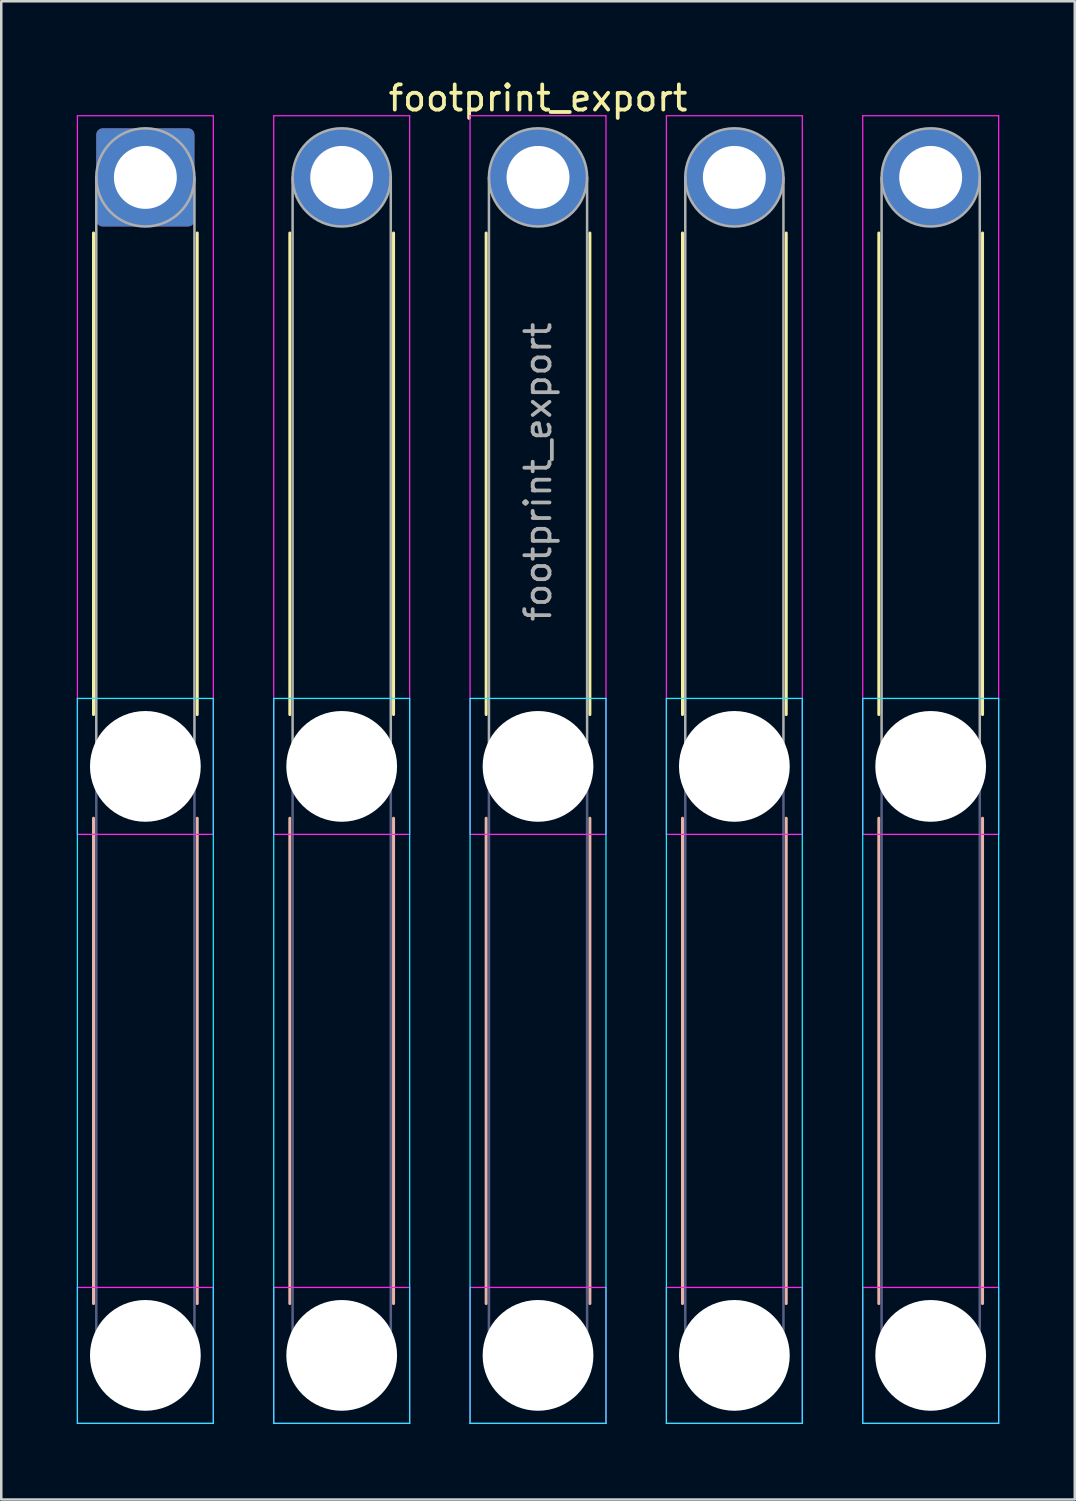
<source format=kicad_pcb>
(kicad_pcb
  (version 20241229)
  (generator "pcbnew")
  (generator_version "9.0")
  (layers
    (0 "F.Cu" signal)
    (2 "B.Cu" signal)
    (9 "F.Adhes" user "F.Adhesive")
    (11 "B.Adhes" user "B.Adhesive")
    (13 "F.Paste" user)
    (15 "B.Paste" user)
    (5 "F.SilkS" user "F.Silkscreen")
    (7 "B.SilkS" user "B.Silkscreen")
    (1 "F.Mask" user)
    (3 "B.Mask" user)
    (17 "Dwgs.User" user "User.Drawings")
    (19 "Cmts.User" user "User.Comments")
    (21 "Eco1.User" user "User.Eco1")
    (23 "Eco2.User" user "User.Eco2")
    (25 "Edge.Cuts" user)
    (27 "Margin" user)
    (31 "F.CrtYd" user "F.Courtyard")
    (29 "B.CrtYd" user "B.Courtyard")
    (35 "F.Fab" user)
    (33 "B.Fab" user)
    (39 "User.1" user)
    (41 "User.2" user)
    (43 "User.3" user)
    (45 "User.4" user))
  (footprint "footprint_export"
    (layer "F.Cu")
    (at 2.725 3.998)
    (property "Reference" "footprint_export" (at 15.6 -3.15 0) (layer "F.SilkS") (effects (font (size 1 1) (thickness 0.15))))
    (attr exclude_from_pos_files exclude_from_bom)
    (fp_line (start -2.06 2.21) (end -2.06 21.34) (stroke (width 0.12) (type solid)) (layer "F.SilkS"))
    (fp_line (start 2.06 2.21) (end 2.06 21.34) (stroke (width 0.12) (type solid)) (layer "F.SilkS"))
    (fp_line (start 5.74 2.21) (end 5.74 21.34) (stroke (width 0.12) (type solid)) (layer "F.SilkS"))
    (fp_line (start 9.86 2.21) (end 9.86 21.34) (stroke (width 0.12) (type solid)) (layer "F.SilkS"))
    (fp_line (start 13.54 2.21) (end 13.54 21.34) (stroke (width 0.12) (type solid)) (layer "F.SilkS"))
    (fp_line (start 17.66 2.21) (end 17.66 21.34) (stroke (width 0.12) (type solid)) (layer "F.SilkS"))
    (fp_line (start 21.34 2.21) (end 21.34 21.34) (stroke (width 0.12) (type solid)) (layer "F.SilkS"))
    (fp_line (start 25.46 2.21) (end 25.46 21.34) (stroke (width 0.12) (type solid)) (layer "F.SilkS"))
    (fp_line (start 29.14 2.21) (end 29.14 21.34) (stroke (width 0.12) (type solid)) (layer "F.SilkS"))
    (fp_line (start 33.26 2.21) (end 33.26 21.34) (stroke (width 0.12) (type solid)) (layer "F.SilkS"))
    (fp_line (start -2.06 25.46) (end -2.06 44.74) (stroke (width 0.12) (type solid)) (layer "B.SilkS"))
    (fp_line (start 2.06 25.46) (end 2.06 44.74) (stroke (width 0.12) (type solid)) (layer "B.SilkS"))
    (fp_line (start 5.74 25.46) (end 5.74 44.74) (stroke (width 0.12) (type solid)) (layer "B.SilkS"))
    (fp_line (start 9.86 25.46) (end 9.86 44.74) (stroke (width 0.12) (type solid)) (layer "B.SilkS"))
    (fp_line (start 13.54 25.46) (end 13.54 44.74) (stroke (width 0.12) (type solid)) (layer "B.SilkS"))
    (fp_line (start 17.66 25.46) (end 17.66 44.74) (stroke (width 0.12) (type solid)) (layer "B.SilkS"))
    (fp_line (start 21.34 25.46) (end 21.34 44.74) (stroke (width 0.12) (type solid)) (layer "B.SilkS"))
    (fp_line (start 25.46 25.46) (end 25.46 44.74) (stroke (width 0.12) (type solid)) (layer "B.SilkS"))
    (fp_line (start 29.14 25.46) (end 29.14 44.74) (stroke (width 0.12) (type solid)) (layer "B.SilkS"))
    (fp_line (start 33.26 25.46) (end 33.26 44.74) (stroke (width 0.12) (type solid)) (layer "B.SilkS"))
    (fp_line (start -2.7 20.7) (end -2.7 49.5) (stroke (width 0.05) (type solid)) (layer "B.CrtYd"))
    (fp_line (start -2.7 49.5) (end 2.7 49.5) (stroke (width 0.05) (type solid)) (layer "B.CrtYd"))
    (fp_line (start 2.7 20.7) (end -2.7 20.7) (stroke (width 0.05) (type solid)) (layer "B.CrtYd"))
    (fp_line (start 2.7 49.5) (end 2.7 20.7) (stroke (width 0.05) (type solid)) (layer "B.CrtYd"))
    (fp_line (start 5.1 20.7) (end 5.1 49.5) (stroke (width 0.05) (type solid)) (layer "B.CrtYd"))
    (fp_line (start 5.1 49.5) (end 10.5 49.5) (stroke (width 0.05) (type solid)) (layer "B.CrtYd"))
    (fp_line (start 10.5 20.7) (end 5.1 20.7) (stroke (width 0.05) (type solid)) (layer "B.CrtYd"))
    (fp_line (start 10.5 49.5) (end 10.5 20.7) (stroke (width 0.05) (type solid)) (layer "B.CrtYd"))
    (fp_line (start 12.9 20.7) (end 12.9 49.5) (stroke (width 0.05) (type solid)) (layer "B.CrtYd"))
    (fp_line (start 12.9 49.5) (end 18.3 49.5) (stroke (width 0.05) (type solid)) (layer "B.CrtYd"))
    (fp_line (start 18.3 20.7) (end 12.9 20.7) (stroke (width 0.05) (type solid)) (layer "B.CrtYd"))
    (fp_line (start 18.3 49.5) (end 18.3 20.7) (stroke (width 0.05) (type solid)) (layer "B.CrtYd"))
    (fp_line (start 20.7 20.7) (end 20.7 49.5) (stroke (width 0.05) (type solid)) (layer "B.CrtYd"))
    (fp_line (start 20.7 49.5) (end 26.1 49.5) (stroke (width 0.05) (type solid)) (layer "B.CrtYd"))
    (fp_line (start 26.1 20.7) (end 20.7 20.7) (stroke (width 0.05) (type solid)) (layer "B.CrtYd"))
    (fp_line (start 26.1 49.5) (end 26.1 20.7) (stroke (width 0.05) (type solid)) (layer "B.CrtYd"))
    (fp_line (start 28.5 20.7) (end 28.5 49.5) (stroke (width 0.05) (type solid)) (layer "B.CrtYd"))
    (fp_line (start 28.5 49.5) (end 33.9 49.5) (stroke (width 0.05) (type solid)) (layer "B.CrtYd"))
    (fp_line (start 33.9 20.7) (end 28.5 20.7) (stroke (width 0.05) (type solid)) (layer "B.CrtYd"))
    (fp_line (start 33.9 49.5) (end 33.9 20.7) (stroke (width 0.05) (type solid)) (layer "B.CrtYd"))
    (fp_line (start -2.7 -2.45) (end -2.7 26.1) (stroke (width 0.05) (type solid)) (layer "F.CrtYd"))
    (fp_line (start -2.7 26.1) (end 2.7 26.1) (stroke (width 0.05) (type solid)) (layer "F.CrtYd"))
    (fp_line (start -2.7 44.1) (end -2.7 49.5) (stroke (width 0.05) (type solid)) (layer "F.CrtYd"))
    (fp_line (start -2.7 49.5) (end 2.7 49.5) (stroke (width 0.05) (type solid)) (layer "F.CrtYd"))
    (fp_line (start 2.7 -2.45) (end -2.7 -2.45) (stroke (width 0.05) (type solid)) (layer "F.CrtYd"))
    (fp_line (start 2.7 26.1) (end 2.7 -2.45) (stroke (width 0.05) (type solid)) (layer "F.CrtYd"))
    (fp_line (start 2.7 44.1) (end -2.7 44.1) (stroke (width 0.05) (type solid)) (layer "F.CrtYd"))
    (fp_line (start 2.7 49.5) (end 2.7 44.1) (stroke (width 0.05) (type solid)) (layer "F.CrtYd"))
    (fp_line (start 5.1 -2.45) (end 5.1 26.1) (stroke (width 0.05) (type solid)) (layer "F.CrtYd"))
    (fp_line (start 5.1 26.1) (end 10.5 26.1) (stroke (width 0.05) (type solid)) (layer "F.CrtYd"))
    (fp_line (start 5.1 44.1) (end 5.1 49.5) (stroke (width 0.05) (type solid)) (layer "F.CrtYd"))
    (fp_line (start 5.1 49.5) (end 10.5 49.5) (stroke (width 0.05) (type solid)) (layer "F.CrtYd"))
    (fp_line (start 10.5 -2.45) (end 5.1 -2.45) (stroke (width 0.05) (type solid)) (layer "F.CrtYd"))
    (fp_line (start 10.5 26.1) (end 10.5 -2.45) (stroke (width 0.05) (type solid)) (layer "F.CrtYd"))
    (fp_line (start 10.5 44.1) (end 5.1 44.1) (stroke (width 0.05) (type solid)) (layer "F.CrtYd"))
    (fp_line (start 10.5 49.5) (end 10.5 44.1) (stroke (width 0.05) (type solid)) (layer "F.CrtYd"))
    (fp_line (start 12.9 -2.45) (end 12.9 26.1) (stroke (width 0.05) (type solid)) (layer "F.CrtYd"))
    (fp_line (start 12.9 26.1) (end 18.3 26.1) (stroke (width 0.05) (type solid)) (layer "F.CrtYd"))
    (fp_line (start 12.9 44.1) (end 12.9 49.5) (stroke (width 0.05) (type solid)) (layer "F.CrtYd"))
    (fp_line (start 12.9 49.5) (end 18.3 49.5) (stroke (width 0.05) (type solid)) (layer "F.CrtYd"))
    (fp_line (start 18.3 -2.45) (end 12.9 -2.45) (stroke (width 0.05) (type solid)) (layer "F.CrtYd"))
    (fp_line (start 18.3 26.1) (end 18.3 -2.45) (stroke (width 0.05) (type solid)) (layer "F.CrtYd"))
    (fp_line (start 18.3 44.1) (end 12.9 44.1) (stroke (width 0.05) (type solid)) (layer "F.CrtYd"))
    (fp_line (start 18.3 49.5) (end 18.3 44.1) (stroke (width 0.05) (type solid)) (layer "F.CrtYd"))
    (fp_line (start 20.7 -2.45) (end 20.7 26.1) (stroke (width 0.05) (type solid)) (layer "F.CrtYd"))
    (fp_line (start 20.7 26.1) (end 26.1 26.1) (stroke (width 0.05) (type solid)) (layer "F.CrtYd"))
    (fp_line (start 20.7 44.1) (end 20.7 49.5) (stroke (width 0.05) (type solid)) (layer "F.CrtYd"))
    (fp_line (start 20.7 49.5) (end 26.1 49.5) (stroke (width 0.05) (type solid)) (layer "F.CrtYd"))
    (fp_line (start 26.1 -2.45) (end 20.7 -2.45) (stroke (width 0.05) (type solid)) (layer "F.CrtYd"))
    (fp_line (start 26.1 26.1) (end 26.1 -2.45) (stroke (width 0.05) (type solid)) (layer "F.CrtYd"))
    (fp_line (start 26.1 44.1) (end 20.7 44.1) (stroke (width 0.05) (type solid)) (layer "F.CrtYd"))
    (fp_line (start 26.1 49.5) (end 26.1 44.1) (stroke (width 0.05) (type solid)) (layer "F.CrtYd"))
    (fp_line (start 28.5 -2.45) (end 28.5 26.1) (stroke (width 0.05) (type solid)) (layer "F.CrtYd"))
    (fp_line (start 28.5 26.1) (end 33.9 26.1) (stroke (width 0.05) (type solid)) (layer "F.CrtYd"))
    (fp_line (start 28.5 44.1) (end 28.5 49.5) (stroke (width 0.05) (type solid)) (layer "F.CrtYd"))
    (fp_line (start 28.5 49.5) (end 33.9 49.5) (stroke (width 0.05) (type solid)) (layer "F.CrtYd"))
    (fp_line (start 33.9 -2.45) (end 28.5 -2.45) (stroke (width 0.05) (type solid)) (layer "F.CrtYd"))
    (fp_line (start 33.9 26.1) (end 33.9 -2.45) (stroke (width 0.05) (type solid)) (layer "F.CrtYd"))
    (fp_line (start 33.9 44.1) (end 28.5 44.1) (stroke (width 0.05) (type solid)) (layer "F.CrtYd"))
    (fp_line (start 33.9 49.5) (end 33.9 44.1) (stroke (width 0.05) (type solid)) (layer "F.CrtYd"))
    (fp_line (start -1.95 23.4) (end -1.95 46.8) (stroke (width 0.1) (type solid)) (layer "B.Fab"))
    (fp_line (start 1.95 23.4) (end 1.95 46.8) (stroke (width 0.1) (type solid)) (layer "B.Fab"))
    (fp_line (start 5.85 23.4) (end 5.85 46.8) (stroke (width 0.1) (type solid)) (layer "B.Fab"))
    (fp_line (start 9.75 23.4) (end 9.75 46.8) (stroke (width 0.1) (type solid)) (layer "B.Fab"))
    (fp_line (start 13.65 23.4) (end 13.65 46.8) (stroke (width 0.1) (type solid)) (layer "B.Fab"))
    (fp_line (start 17.55 23.4) (end 17.55 46.8) (stroke (width 0.1) (type solid)) (layer "B.Fab"))
    (fp_line (start 21.45 23.4) (end 21.45 46.8) (stroke (width 0.1) (type solid)) (layer "B.Fab"))
    (fp_line (start 25.35 23.4) (end 25.35 46.8) (stroke (width 0.1) (type solid)) (layer "B.Fab"))
    (fp_line (start 29.25 23.4) (end 29.25 46.8) (stroke (width 0.1) (type solid)) (layer "B.Fab"))
    (fp_line (start 33.15 23.4) (end 33.15 46.8) (stroke (width 0.1) (type solid)) (layer "B.Fab"))
    (fp_circle (center 0 23.4) (end 1.95 23.4) (stroke (width 0.1) (type solid)) (fill no) (layer "B.Fab"))
    (fp_circle (center 0 46.8) (end 1.95 46.8) (stroke (width 0.1) (type solid)) (fill no) (layer "B.Fab"))
    (fp_circle (center 7.8 23.4) (end 9.75 23.4) (stroke (width 0.1) (type solid)) (fill no) (layer "B.Fab"))
    (fp_circle (center 7.8 46.8) (end 9.75 46.8) (stroke (width 0.1) (type solid)) (fill no) (layer "B.Fab"))
    (fp_circle (center 15.6 23.4) (end 17.55 23.4) (stroke (width 0.1) (type solid)) (fill no) (layer "B.Fab"))
    (fp_circle (center 15.6 46.8) (end 17.55 46.8) (stroke (width 0.1) (type solid)) (fill no) (layer "B.Fab"))
    (fp_circle (center 23.4 23.4) (end 25.35 23.4) (stroke (width 0.1) (type solid)) (fill no) (layer "B.Fab"))
    (fp_circle (center 23.4 46.8) (end 25.35 46.8) (stroke (width 0.1) (type solid)) (fill no) (layer "B.Fab"))
    (fp_circle (center 31.2 23.4) (end 33.15 23.4) (stroke (width 0.1) (type solid)) (fill no) (layer "B.Fab"))
    (fp_circle (center 31.2 46.8) (end 33.15 46.8) (stroke (width 0.1) (type solid)) (fill no) (layer "B.Fab"))
    (fp_line (start -1.95 0) (end -1.95 23.4) (stroke (width 0.1) (type solid)) (layer "F.Fab"))
    (fp_line (start 1.95 0) (end 1.95 23.4) (stroke (width 0.1) (type solid)) (layer "F.Fab"))
    (fp_line (start 5.85 0) (end 5.85 23.4) (stroke (width 0.1) (type solid)) (layer "F.Fab"))
    (fp_line (start 9.75 0) (end 9.75 23.4) (stroke (width 0.1) (type solid)) (layer "F.Fab"))
    (fp_line (start 13.65 0) (end 13.65 23.4) (stroke (width 0.1) (type solid)) (layer "F.Fab"))
    (fp_line (start 17.55 0) (end 17.55 23.4) (stroke (width 0.1) (type solid)) (layer "F.Fab"))
    (fp_line (start 21.45 0) (end 21.45 23.4) (stroke (width 0.1) (type solid)) (layer "F.Fab"))
    (fp_line (start 25.35 0) (end 25.35 23.4) (stroke (width 0.1) (type solid)) (layer "F.Fab"))
    (fp_line (start 29.25 0) (end 29.25 23.4) (stroke (width 0.1) (type solid)) (layer "F.Fab"))
    (fp_line (start 33.15 0) (end 33.15 23.4) (stroke (width 0.1) (type solid)) (layer "F.Fab"))
    (fp_circle (center 0 0) (end 1.95 0) (stroke (width 0.1) (type solid)) (fill no) (layer "F.Fab"))
    (fp_circle (center 0 23.4) (end 1.95 23.4) (stroke (width 0.1) (type solid)) (fill no) (layer "F.Fab"))
    (fp_circle (center 0 46.8) (end 1.95 46.8) (stroke (width 0.1) (type solid)) (fill no) (layer "F.Fab"))
    (fp_circle (center 7.8 0) (end 9.75 0) (stroke (width 0.1) (type solid)) (fill no) (layer "F.Fab"))
    (fp_circle (center 7.8 23.4) (end 9.75 23.4) (stroke (width 0.1) (type solid)) (fill no) (layer "F.Fab"))
    (fp_circle (center 7.8 46.8) (end 9.75 46.8) (stroke (width 0.1) (type solid)) (fill no) (layer "F.Fab"))
    (fp_circle (center 15.6 0) (end 17.55 0) (stroke (width 0.1) (type solid)) (fill no) (layer "F.Fab"))
    (fp_circle (center 15.6 23.4) (end 17.55 23.4) (stroke (width 0.1) (type solid)) (fill no) (layer "F.Fab"))
    (fp_circle (center 15.6 46.8) (end 17.55 46.8) (stroke (width 0.1) (type solid)) (fill no) (layer "F.Fab"))
    (fp_circle (center 23.4 0) (end 25.35 0) (stroke (width 0.1) (type solid)) (fill no) (layer "F.Fab"))
    (fp_circle (center 23.4 23.4) (end 25.35 23.4) (stroke (width 0.1) (type solid)) (fill no) (layer "F.Fab"))
    (fp_circle (center 23.4 46.8) (end 25.35 46.8) (stroke (width 0.1) (type solid)) (fill no) (layer "F.Fab"))
    (fp_circle (center 31.2 0) (end 33.15 0) (stroke (width 0.1) (type solid)) (fill no) (layer "F.Fab"))
    (fp_circle (center 31.2 23.4) (end 33.15 23.4) (stroke (width 0.1) (type solid)) (fill no) (layer "F.Fab"))
    (fp_circle (center 31.2 46.8) (end 33.15 46.8) (stroke (width 0.1) (type solid)) (fill no) (layer "F.Fab"))
    (fp_text user "${REFERENCE}" (at 15.6 11.7 90) (layer "F.Fab") (effects (font (size 1 1) (thickness 0.15))))
    (pad "" np_thru_hole circle (at 0 23.4) (size 4.4 4.4) (drill 4.4) (layers "*.Cu" "*.Mask"))
    (pad "" np_thru_hole circle (at 0 46.8) (size 4.4 4.4) (drill 4.4) (layers "*.Cu" "*.Mask"))
    (pad "" np_thru_hole circle (at 7.8 23.4) (size 4.4 4.4) (drill 4.4) (layers "*.Cu" "*.Mask"))
    (pad "" np_thru_hole circle (at 7.8 46.8) (size 4.4 4.4) (drill 4.4) (layers "*.Cu" "*.Mask"))
    (pad "" np_thru_hole circle (at 15.6 23.4) (size 4.4 4.4) (drill 4.4) (layers "*.Cu" "*.Mask"))
    (pad "" np_thru_hole circle (at 15.6 46.8) (size 4.4 4.4) (drill 4.4) (layers "*.Cu" "*.Mask"))
    (pad "" np_thru_hole circle (at 23.4 23.4) (size 4.4 4.4) (drill 4.4) (layers "*.Cu" "*.Mask"))
    (pad "" np_thru_hole circle (at 23.4 46.8) (size 4.4 4.4) (drill 4.4) (layers "*.Cu" "*.Mask"))
    (pad "" np_thru_hole circle (at 31.2 23.4) (size 4.4 4.4) (drill 4.4) (layers "*.Cu" "*.Mask"))
    (pad "" np_thru_hole circle (at 31.2 46.8) (size 4.4 4.4) (drill 4.4) (layers "*.Cu" "*.Mask"))
    (pad "1" thru_hole roundrect (at 0 0) (size 3.9 3.9) (drill 2.5) (layers "*.Cu" "*.Mask") (roundrect_rratio 0.064))
    (pad "2" thru_hole circle (at 7.8 0) (size 3.9 3.9) (drill 2.5) (layers "*.Cu" "*.Mask"))
    (pad "3" thru_hole circle (at 15.6 0) (size 3.9 3.9) (drill 2.5) (layers "*.Cu" "*.Mask"))
    (pad "4" thru_hole circle (at 23.4 0) (size 3.9 3.9) (drill 2.5) (layers "*.Cu" "*.Mask"))
    (pad "5" thru_hole circle (at 31.2 0) (size 3.9 3.9) (drill 2.5) (layers "*.Cu" "*.Mask")))
  (gr_rect
    (start -3 -3)
    (end 39.65 56.523)
    (stroke (width 0.1) (type default))
    (fill no)
    (layer "Edge.Cuts")))
</source>
